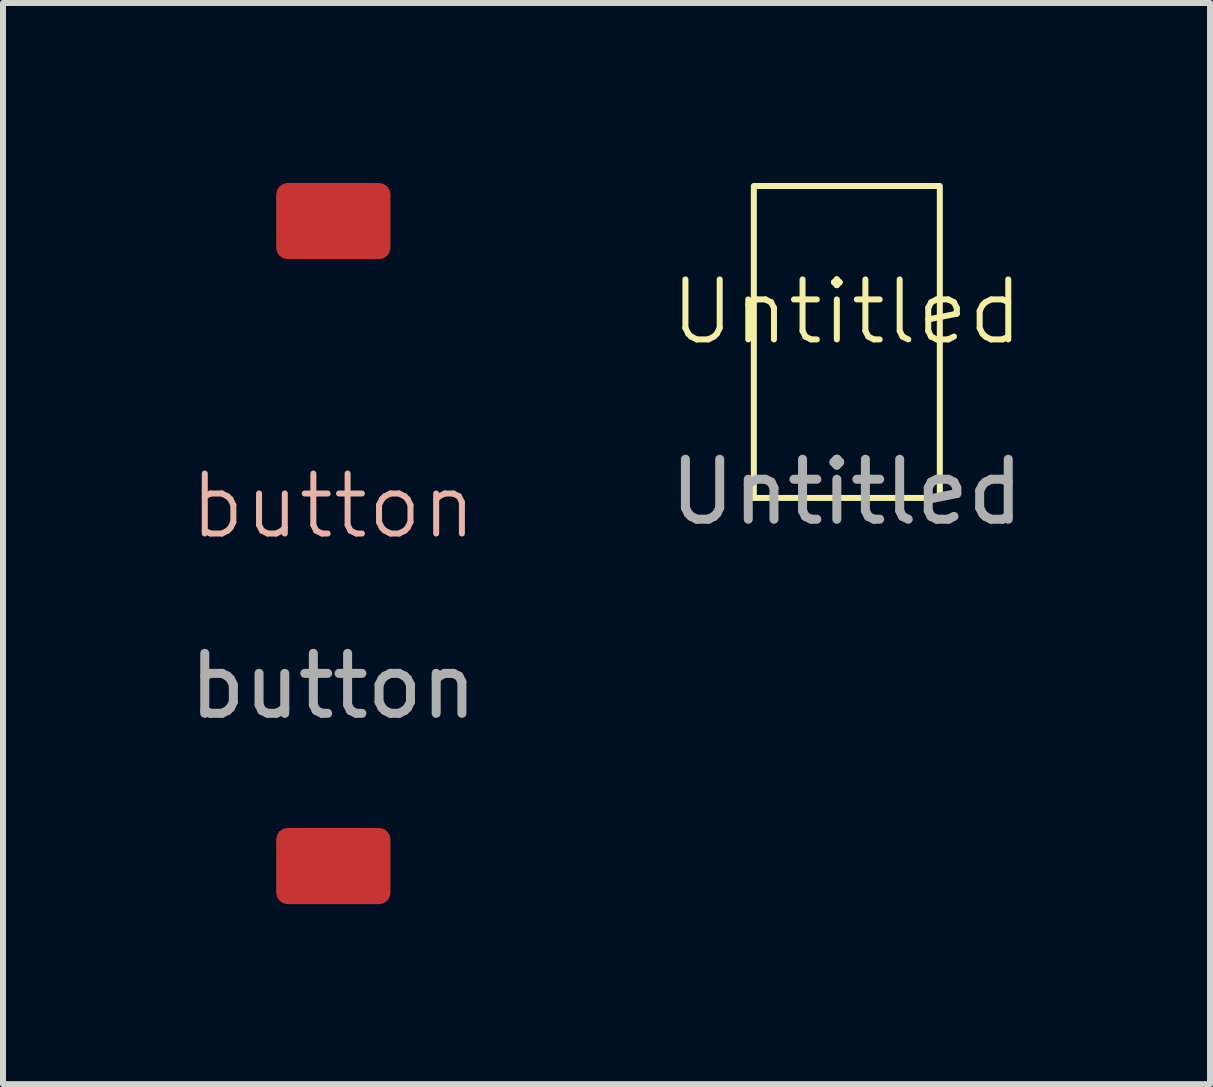
<source format=kicad_pcb>
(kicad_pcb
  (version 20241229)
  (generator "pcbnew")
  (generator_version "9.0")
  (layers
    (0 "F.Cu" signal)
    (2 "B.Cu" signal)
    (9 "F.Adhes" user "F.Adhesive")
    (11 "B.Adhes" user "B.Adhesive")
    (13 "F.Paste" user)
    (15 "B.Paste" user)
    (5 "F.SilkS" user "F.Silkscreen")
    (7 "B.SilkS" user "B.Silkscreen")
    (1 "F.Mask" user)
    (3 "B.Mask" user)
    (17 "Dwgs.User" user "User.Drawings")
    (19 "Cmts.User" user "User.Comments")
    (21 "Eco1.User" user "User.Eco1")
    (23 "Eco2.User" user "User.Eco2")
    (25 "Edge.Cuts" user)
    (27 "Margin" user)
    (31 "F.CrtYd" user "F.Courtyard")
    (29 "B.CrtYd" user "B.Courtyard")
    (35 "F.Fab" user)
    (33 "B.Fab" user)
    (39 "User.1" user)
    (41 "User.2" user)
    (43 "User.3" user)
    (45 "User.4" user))
  (footprint "button"
    (layer "F.Cu")
    (at 2.506 5.885)
    (property "Reference" "button" (at 0 -0.5 0) (unlocked yes) (layer "B.SilkS") (effects (font (size 1 1) (thickness 0.1))))
    (attr smd)
    (fp_text user "${REFERENCE}" (at 0 2.5 0) (unlocked yes) (layer "F.Fab") (effects (font (size 1 1) (thickness 0.15))))
    (pad "1" smd roundrect (at 0 -5.25) (size 1.905 1.27) (layers "F.Cu" "F.Mask" "F.Paste") (roundrect_rratio 0.15))
    (pad "2" smd roundrect (at 0 5.5) (size 1.905 1.27) (layers "F.Cu" "F.Mask" "F.Paste") (roundrect_rratio 0.15)))
  (footprint "Untitled"
    (layer "F.Cu")
    (at 11.065 2.65)
    (property "Reference" "Untitled" (at 0 -0.5 0) (unlocked yes) (layer "F.SilkS") (effects (font (size 1 1) (thickness 0.1))))
    (attr smd)
    (fp_rect (start -1.55 -2.6) (end 1.55 2.6) (stroke (width 0.1) (type solid)) (fill no) (layer "F.SilkS"))
    (fp_text user "${REFERENCE}" (at 0 2.5 0) (unlocked yes) (layer "F.Fab") (effects (font (size 1 1) (thickness 0.15)))))
  (gr_rect
    (start -3 -3)
    (end 17.119 15.02)
    (stroke (width 0.1) (type default))
    (fill no)
    (layer "Edge.Cuts")))
</source>
